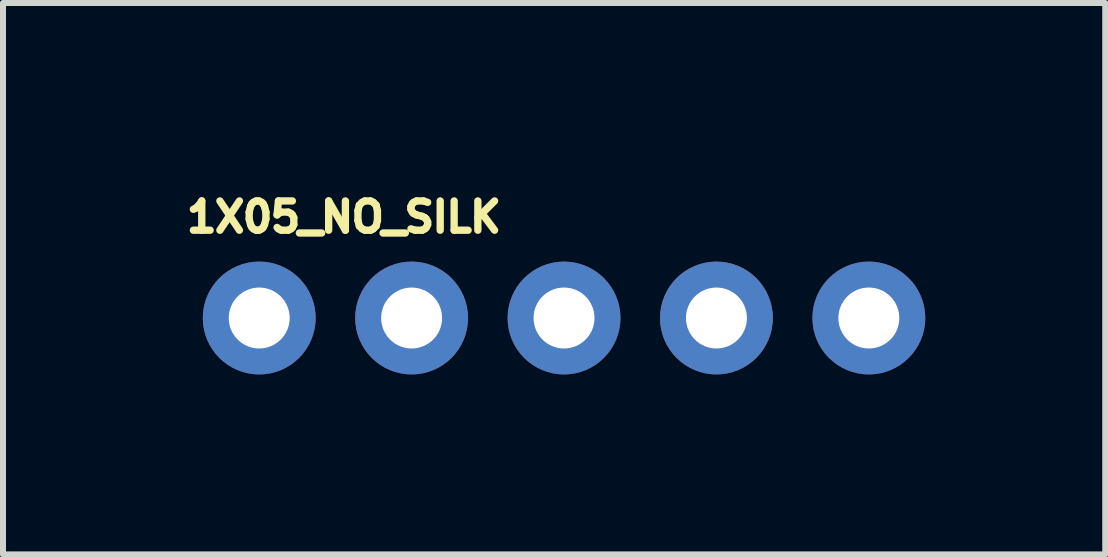
<source format=kicad_pcb>
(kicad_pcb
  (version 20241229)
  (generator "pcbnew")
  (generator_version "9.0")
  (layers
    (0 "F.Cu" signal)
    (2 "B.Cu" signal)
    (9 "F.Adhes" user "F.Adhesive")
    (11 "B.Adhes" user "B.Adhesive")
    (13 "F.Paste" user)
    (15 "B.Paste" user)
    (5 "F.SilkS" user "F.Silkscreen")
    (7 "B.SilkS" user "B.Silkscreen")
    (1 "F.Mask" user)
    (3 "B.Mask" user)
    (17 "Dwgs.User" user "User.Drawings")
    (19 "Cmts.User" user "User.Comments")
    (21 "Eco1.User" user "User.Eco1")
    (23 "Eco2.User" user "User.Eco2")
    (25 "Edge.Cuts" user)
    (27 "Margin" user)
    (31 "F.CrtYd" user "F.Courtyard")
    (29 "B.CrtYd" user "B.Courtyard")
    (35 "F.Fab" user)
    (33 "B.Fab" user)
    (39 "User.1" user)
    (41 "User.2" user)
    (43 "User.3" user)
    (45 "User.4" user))
  (footprint "1X05_NO_SILK"
    (layer "F.Cu")
    (at 1.27 2.25)
    (property "Reference" "1X05_NO_SILK" (at -1.27 -1.397 0) (layer "F.SilkS") (effects (font (size 0.488 0.488) (thickness 0.122)) (justify left bottom)))
    (fp_poly (pts (xy -0.254 0.254) (xy 0.254 0.254) (xy 0.254 -0.254) (xy -0.254 -0.254)) (stroke (width 0.1) (type solid)) (fill no) (layer "F.Fab"))
    (fp_poly (pts (xy 2.286 0.254) (xy 2.794 0.254) (xy 2.794 -0.254) (xy 2.286 -0.254)) (stroke (width 0.1) (type solid)) (fill no) (layer "F.Fab"))
    (fp_poly (pts (xy 4.826 0.254) (xy 5.334 0.254) (xy 5.334 -0.254) (xy 4.826 -0.254)) (stroke (width 0.1) (type solid)) (fill no) (layer "F.Fab"))
    (fp_poly (pts (xy 7.366 0.254) (xy 7.874 0.254) (xy 7.874 -0.254) (xy 7.366 -0.254)) (stroke (width 0.1) (type solid)) (fill no) (layer "F.Fab"))
    (fp_poly (pts (xy 9.906 0.254) (xy 10.414 0.254) (xy 10.414 -0.254) (xy 9.906 -0.254)) (stroke (width 0.1) (type solid)) (fill no) (layer "F.Fab"))
    (pad "1" thru_hole circle (at 0 0 90) (size 1.88 1.88) (drill 1.016) (layers "*.Cu" "*.Mask"))
    (pad "2" thru_hole circle (at 2.54 0 90) (size 1.88 1.88) (drill 1.016) (layers "*.Cu" "*.Mask"))
    (pad "3" thru_hole circle (at 5.08 0 90) (size 1.88 1.88) (drill 1.016) (layers "*.Cu" "*.Mask"))
    (pad "4" thru_hole circle (at 7.62 0 90) (size 1.88 1.88) (drill 1.016) (layers "*.Cu" "*.Mask"))
    (pad "5" thru_hole circle (at 10.16 0 90) (size 1.88 1.88) (drill 1.016) (layers "*.Cu" "*.Mask")))
  (gr_rect
    (start -3 -3)
    (end 15.37 6.19)
    (stroke (width 0.1) (type default))
    (fill no)
    (layer "Edge.Cuts")))
</source>
